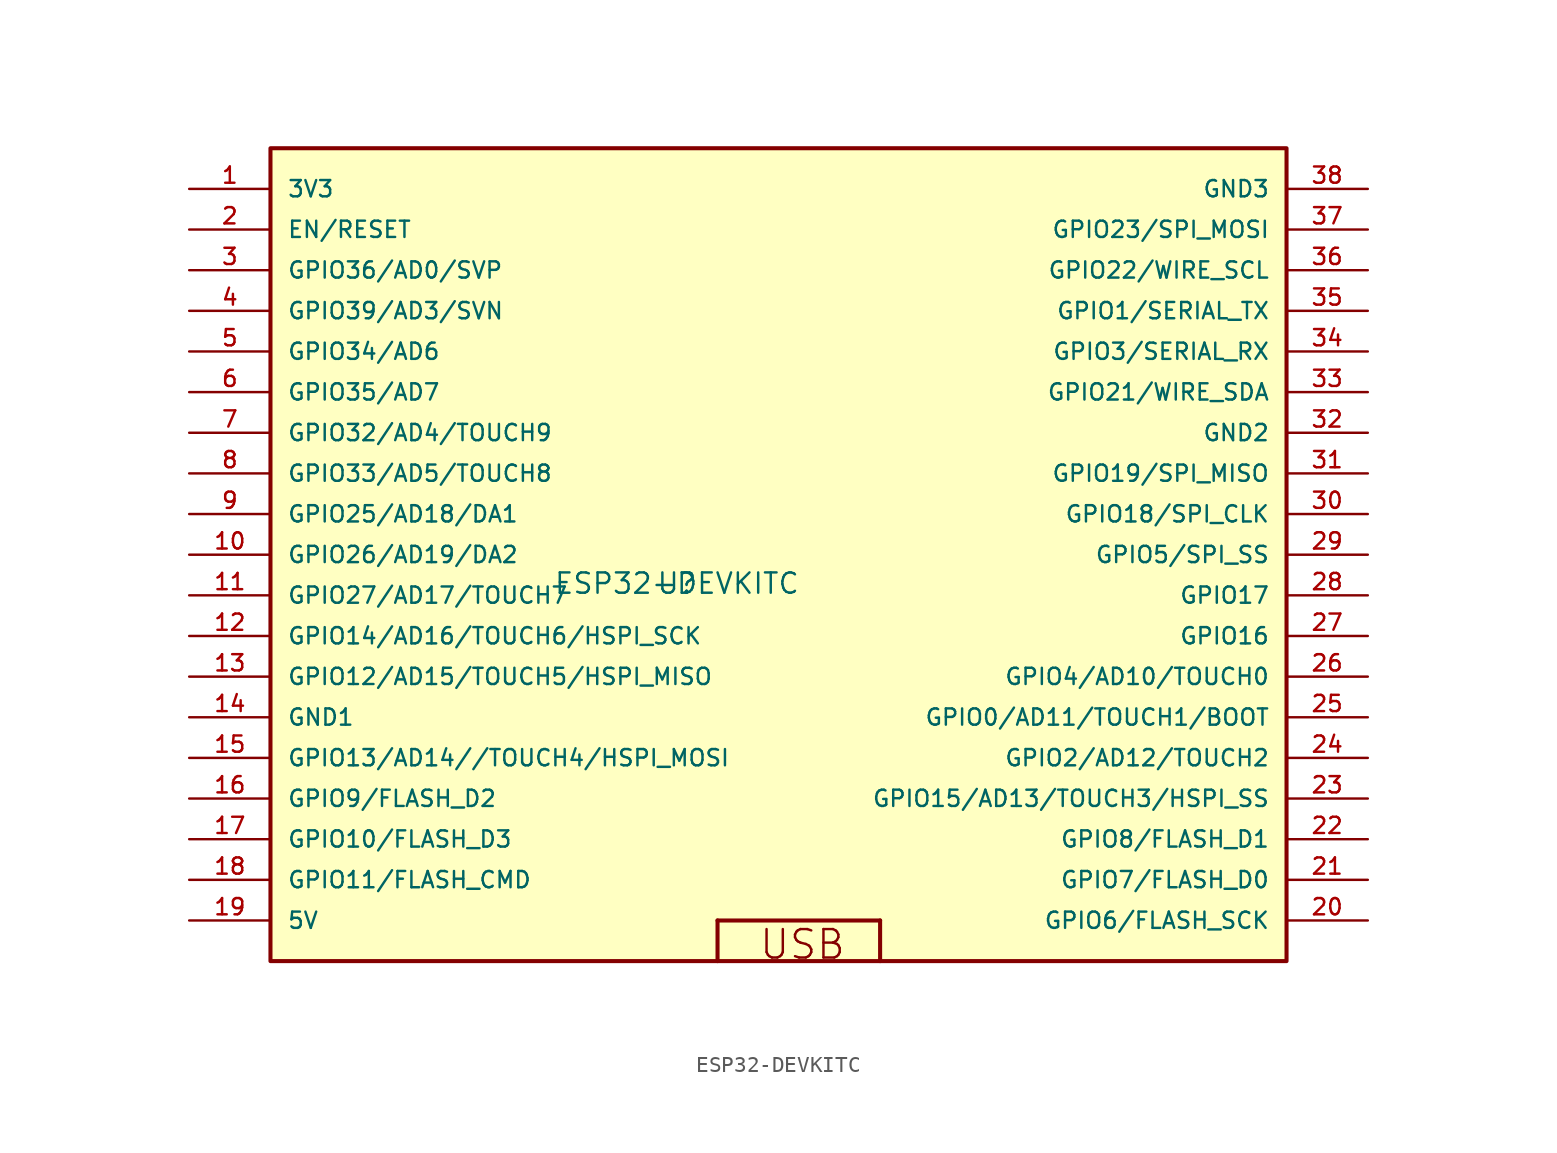
<source format=kicad_sym>
(kicad_symbol_lib
  (version 20211014)
  (generator kicad_symbol_editor)
  (symbol "ESP32-DEVKITC"
    (pin_names
      (offset 1.016))
    (property "Reference" "U"
      (at 0 0 0)
      (effects (font (size 1.27 1.27)) (justify bottom)))
    (property "Value" "ESP32-DEVKITC"
      (at 0 0.0 0)
      (effects (font (size 1.27 1.27)) (justify bottom)))
    (symbol "ESP32-DEVKITC_0_0"
      (polyline (pts (xy 2.54 -22.86) (xy 2.54 -20.32)) (stroke (width 0.254)))
      (polyline (pts (xy 2.54 -20.32) (xy 12.7 -20.32)) (stroke (width 0.254)))
      (polyline (pts (xy 12.7 -20.32) (xy 12.7 -22.86)) (stroke (width 0.254)))
      (text "USB" (at 5.08 -22.86 0) (effects (font (size 1.778 1.778)) (justify bottom left)))
      (rectangle (start -25.4 -22.86) (end 38.1 27.94) (stroke (width 0.254)) (fill (type background)))
      (pin bidirectional line (at -30.48 25.4 0) (length 5.08) (name "3V3" (effects (font (size 1.016 1.016)))) (number "1" (effects (font (size 1.016 1.016)))))
      (pin bidirectional line (at -30.48 22.86 0) (length 5.08) (name "EN/RESET" (effects (font (size 1.016 1.016)))) (number "2" (effects (font (size 1.016 1.016)))))
      (pin bidirectional line (at -30.48 20.32 0) (length 5.08) (name "GPIO36/AD0/SVP" (effects (font (size 1.016 1.016)))) (number "3" (effects (font (size 1.016 1.016)))))
      (pin bidirectional line (at -30.48 17.78 0) (length 5.08) (name "GPIO39/AD3/SVN" (effects (font (size 1.016 1.016)))) (number "4" (effects (font (size 1.016 1.016)))))
      (pin bidirectional line (at -30.48 15.24 0) (length 5.08) (name "GPIO34/AD6" (effects (font (size 1.016 1.016)))) (number "5" (effects (font (size 1.016 1.016)))))
      (pin bidirectional line (at -30.48 12.7 0) (length 5.08) (name "GPIO35/AD7" (effects (font (size 1.016 1.016)))) (number "6" (effects (font (size 1.016 1.016)))))
      (pin bidirectional line (at -30.48 10.16 0) (length 5.08) (name "GPIO32/AD4/TOUCH9" (effects (font (size 1.016 1.016)))) (number "7" (effects (font (size 1.016 1.016)))))
      (pin bidirectional line (at -30.48 7.62 0) (length 5.08) (name "GPIO33/AD5/TOUCH8" (effects (font (size 1.016 1.016)))) (number "8" (effects (font (size 1.016 1.016)))))
      (pin bidirectional line (at -30.48 5.08 0) (length 5.08) (name "GPIO25/AD18/DA1" (effects (font (size 1.016 1.016)))) (number "9" (effects (font (size 1.016 1.016)))))
      (pin bidirectional line (at -30.48 2.54 0) (length 5.08) (name "GPIO26/AD19/DA2" (effects (font (size 1.016 1.016)))) (number "10" (effects (font (size 1.016 1.016)))))
      (pin bidirectional line (at -30.48 0.0 0) (length 5.08) (name "GPIO27/AD17/TOUCH7" (effects (font (size 1.016 1.016)))) (number "11" (effects (font (size 1.016 1.016)))))
      (pin bidirectional line (at -30.48 -2.54 0) (length 5.08) (name "GPIO14/AD16/TOUCH6/HSPI_SCK" (effects (font (size 1.016 1.016)))) (number "12" (effects (font (size 1.016 1.016)))))
      (pin bidirectional line (at -30.48 -5.08 0) (length 5.08) (name "GPIO12/AD15/TOUCH5/HSPI_MISO" (effects (font (size 1.016 1.016)))) (number "13" (effects (font (size 1.016 1.016)))))
      (pin bidirectional line (at -30.48 -7.62 0) (length 5.08) (name "GND1" (effects (font (size 1.016 1.016)))) (number "14" (effects (font (size 1.016 1.016)))))
      (pin bidirectional line (at -30.48 -10.16 0) (length 5.08) (name "GPIO13/AD14//TOUCH4/HSPI_MOSI" (effects (font (size 1.016 1.016)))) (number "15" (effects (font (size 1.016 1.016)))))
      (pin bidirectional line (at -30.48 -12.7 0) (length 5.08) (name "GPIO9/FLASH_D2" (effects (font (size 1.016 1.016)))) (number "16" (effects (font (size 1.016 1.016)))))
      (pin bidirectional line (at -30.48 -15.24 0) (length 5.08) (name "GPIO10/FLASH_D3" (effects (font (size 1.016 1.016)))) (number "17" (effects (font (size 1.016 1.016)))))
      (pin bidirectional line (at -30.48 -17.78 0) (length 5.08) (name "GPIO11/FLASH_CMD" (effects (font (size 1.016 1.016)))) (number "18" (effects (font (size 1.016 1.016)))))
      (pin bidirectional line (at -30.48 -20.32 0) (length 5.08) (name "5V" (effects (font (size 1.016 1.016)))) (number "19" (effects (font (size 1.016 1.016)))))
      (pin bidirectional line (at 43.18 -20.32 180.0) (length 5.08) (name "GPIO6/FLASH_SCK" (effects (font (size 1.016 1.016)))) (number "20" (effects (font (size 1.016 1.016)))))
      (pin bidirectional line (at 43.18 -17.78 180.0) (length 5.08) (name "GPIO7/FLASH_D0" (effects (font (size 1.016 1.016)))) (number "21" (effects (font (size 1.016 1.016)))))
      (pin bidirectional line (at 43.18 -15.24 180.0) (length 5.08) (name "GPIO8/FLASH_D1" (effects (font (size 1.016 1.016)))) (number "22" (effects (font (size 1.016 1.016)))))
      (pin bidirectional line (at 43.18 -12.7 180.0) (length 5.08) (name "GPIO15/AD13/TOUCH3/HSPI_SS" (effects (font (size 1.016 1.016)))) (number "23" (effects (font (size 1.016 1.016)))))
      (pin bidirectional line (at 43.18 -10.16 180.0) (length 5.08) (name "GPIO2/AD12/TOUCH2" (effects (font (size 1.016 1.016)))) (number "24" (effects (font (size 1.016 1.016)))))
      (pin bidirectional line (at 43.18 -7.62 180.0) (length 5.08) (name "GPIO0/AD11/TOUCH1/BOOT" (effects (font (size 1.016 1.016)))) (number "25" (effects (font (size 1.016 1.016)))))
      (pin bidirectional line (at 43.18 -5.08 180.0) (length 5.08) (name "GPIO4/AD10/TOUCH0" (effects (font (size 1.016 1.016)))) (number "26" (effects (font (size 1.016 1.016)))))
      (pin bidirectional line (at 43.18 -2.54 180.0) (length 5.08) (name "GPIO16" (effects (font (size 1.016 1.016)))) (number "27" (effects (font (size 1.016 1.016)))))
      (pin bidirectional line (at 43.18 0.0 180.0) (length 5.08) (name "GPIO17" (effects (font (size 1.016 1.016)))) (number "28" (effects (font (size 1.016 1.016)))))
      (pin bidirectional line (at 43.18 2.54 180.0) (length 5.08) (name "GPIO5/SPI_SS" (effects (font (size 1.016 1.016)))) (number "29" (effects (font (size 1.016 1.016)))))
      (pin bidirectional line (at 43.18 5.08 180.0) (length 5.08) (name "GPIO18/SPI_CLK" (effects (font (size 1.016 1.016)))) (number "30" (effects (font (size 1.016 1.016)))))
      (pin bidirectional line (at 43.18 7.62 180.0) (length 5.08) (name "GPIO19/SPI_MISO" (effects (font (size 1.016 1.016)))) (number "31" (effects (font (size 1.016 1.016)))))
      (pin bidirectional line (at 43.18 10.16 180.0) (length 5.08) (name "GND2" (effects (font (size 1.016 1.016)))) (number "32" (effects (font (size 1.016 1.016)))))
      (pin bidirectional line (at 43.18 12.7 180.0) (length 5.08) (name "GPIO21/WIRE_SDA" (effects (font (size 1.016 1.016)))) (number "33" (effects (font (size 1.016 1.016)))))
      (pin bidirectional line (at 43.18 15.24 180.0) (length 5.08) (name "GPIO3/SERIAL_RX" (effects (font (size 1.016 1.016)))) (number "34" (effects (font (size 1.016 1.016)))))
      (pin bidirectional line (at 43.18 17.78 180.0) (length 5.08) (name "GPIO1/SERIAL_TX" (effects (font (size 1.016 1.016)))) (number "35" (effects (font (size 1.016 1.016)))))
      (pin bidirectional line (at 43.18 20.32 180.0) (length 5.08) (name "GPIO22/WIRE_SCL" (effects (font (size 1.016 1.016)))) (number "36" (effects (font (size 1.016 1.016)))))
      (pin bidirectional line (at 43.18 22.86 180.0) (length 5.08) (name "GPIO23/SPI_MOSI" (effects (font (size 1.016 1.016)))) (number "37" (effects (font (size 1.016 1.016)))))
      (pin bidirectional line (at 43.18 25.4 180.0) (length 5.08) (name "GND3" (effects (font (size 1.016 1.016)))) (number "38" (effects (font (size 1.016 1.016))))))))
</source>
